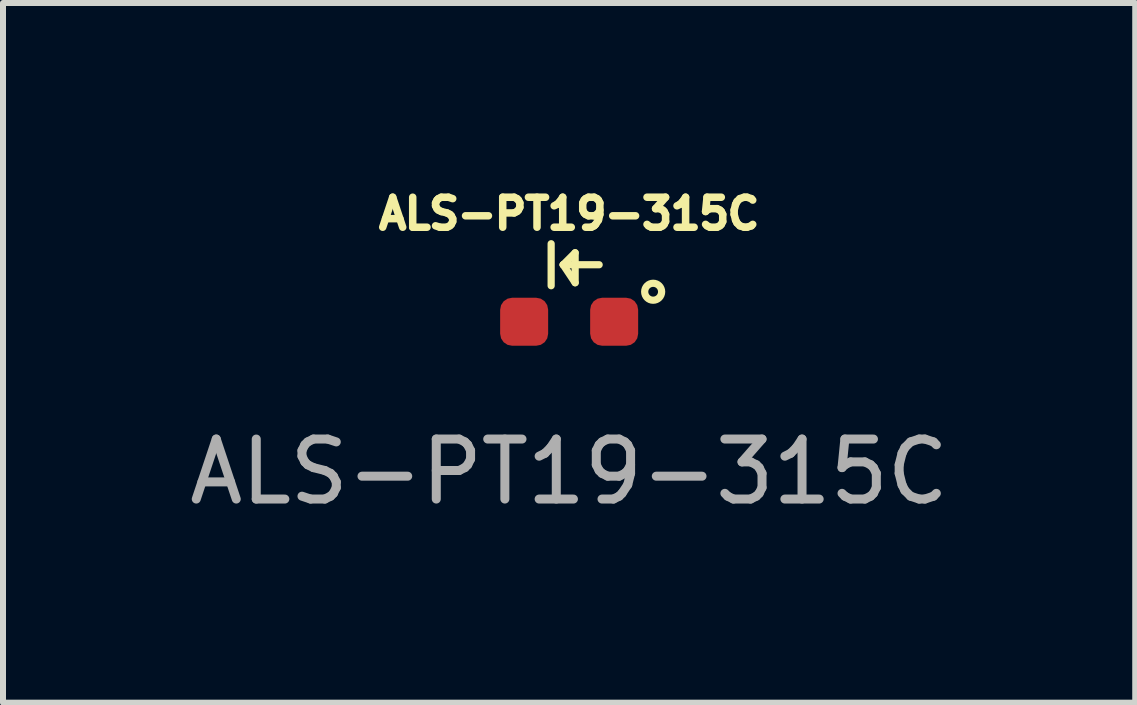
<source format=kicad_pcb>
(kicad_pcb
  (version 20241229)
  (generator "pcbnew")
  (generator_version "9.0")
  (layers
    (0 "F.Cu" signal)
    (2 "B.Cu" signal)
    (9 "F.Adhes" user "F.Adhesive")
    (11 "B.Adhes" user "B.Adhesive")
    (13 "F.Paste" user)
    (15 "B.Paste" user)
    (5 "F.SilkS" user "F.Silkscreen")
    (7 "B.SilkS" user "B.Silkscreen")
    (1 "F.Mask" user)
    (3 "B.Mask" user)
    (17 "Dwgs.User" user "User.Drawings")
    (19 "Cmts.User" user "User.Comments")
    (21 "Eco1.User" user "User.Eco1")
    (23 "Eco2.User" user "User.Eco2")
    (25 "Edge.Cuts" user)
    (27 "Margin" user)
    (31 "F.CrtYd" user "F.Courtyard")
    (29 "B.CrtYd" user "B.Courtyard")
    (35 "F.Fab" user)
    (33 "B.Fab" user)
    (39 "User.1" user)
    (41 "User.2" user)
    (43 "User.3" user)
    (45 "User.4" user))
  (footprint "ALS-PT19-315C"
    (layer "F.Cu")
    (at 6.435 2.312)
    (property "Reference" "ALS-PT19-315C" (at 0 -1.8 0) (unlocked yes) (layer "F.SilkS") (effects (font (size 0.5 0.5) (thickness 0.125))))
    (attr smd)
    (fp_line (start -0.3 -1.3) (end -0.3 -0.6) (stroke (width 0.12) (type solid)) (layer "F.SilkS"))
    (fp_line (start -0.1 -0.95) (end 0.1 -0.65) (stroke (width 0.12) (type solid)) (layer "F.SilkS"))
    (fp_line (start 0.1 -1.15) (end -0.1 -0.95) (stroke (width 0.12) (type solid)) (layer "F.SilkS"))
    (fp_line (start 0.1 -0.65) (end 0.1 -1.15) (stroke (width 0.12) (type solid)) (layer "F.SilkS"))
    (fp_line (start 0.5 -0.95) (end -0.1 -0.95) (stroke (width 0.12) (type solid)) (layer "F.SilkS"))
    (fp_circle (center 1.4 -0.5) (end 1.5 -0.4) (stroke (width 0.12) (type solid)) (fill no) (layer "F.SilkS"))
    (fp_text user "${REFERENCE}" (at 0 2.5 0) (unlocked yes) (layer "F.Fab") (effects (font (size 1 1) (thickness 0.15))))
    (pad "1" smd roundrect (at 0.75 0) (size 0.8 0.8) (layers "F.Cu" "F.Mask" "F.Paste") (roundrect_rratio 0.25))
    (pad "2" smd roundrect (at -0.75 0) (size 0.8 0.8) (layers "F.Cu" "F.Mask" "F.Paste") (roundrect_rratio 0.25)))
  (gr_rect
    (start -3 -3)
    (end 15.869 8.66)
    (stroke (width 0.1) (type default))
    (fill no)
    (layer "Edge.Cuts")))
</source>
